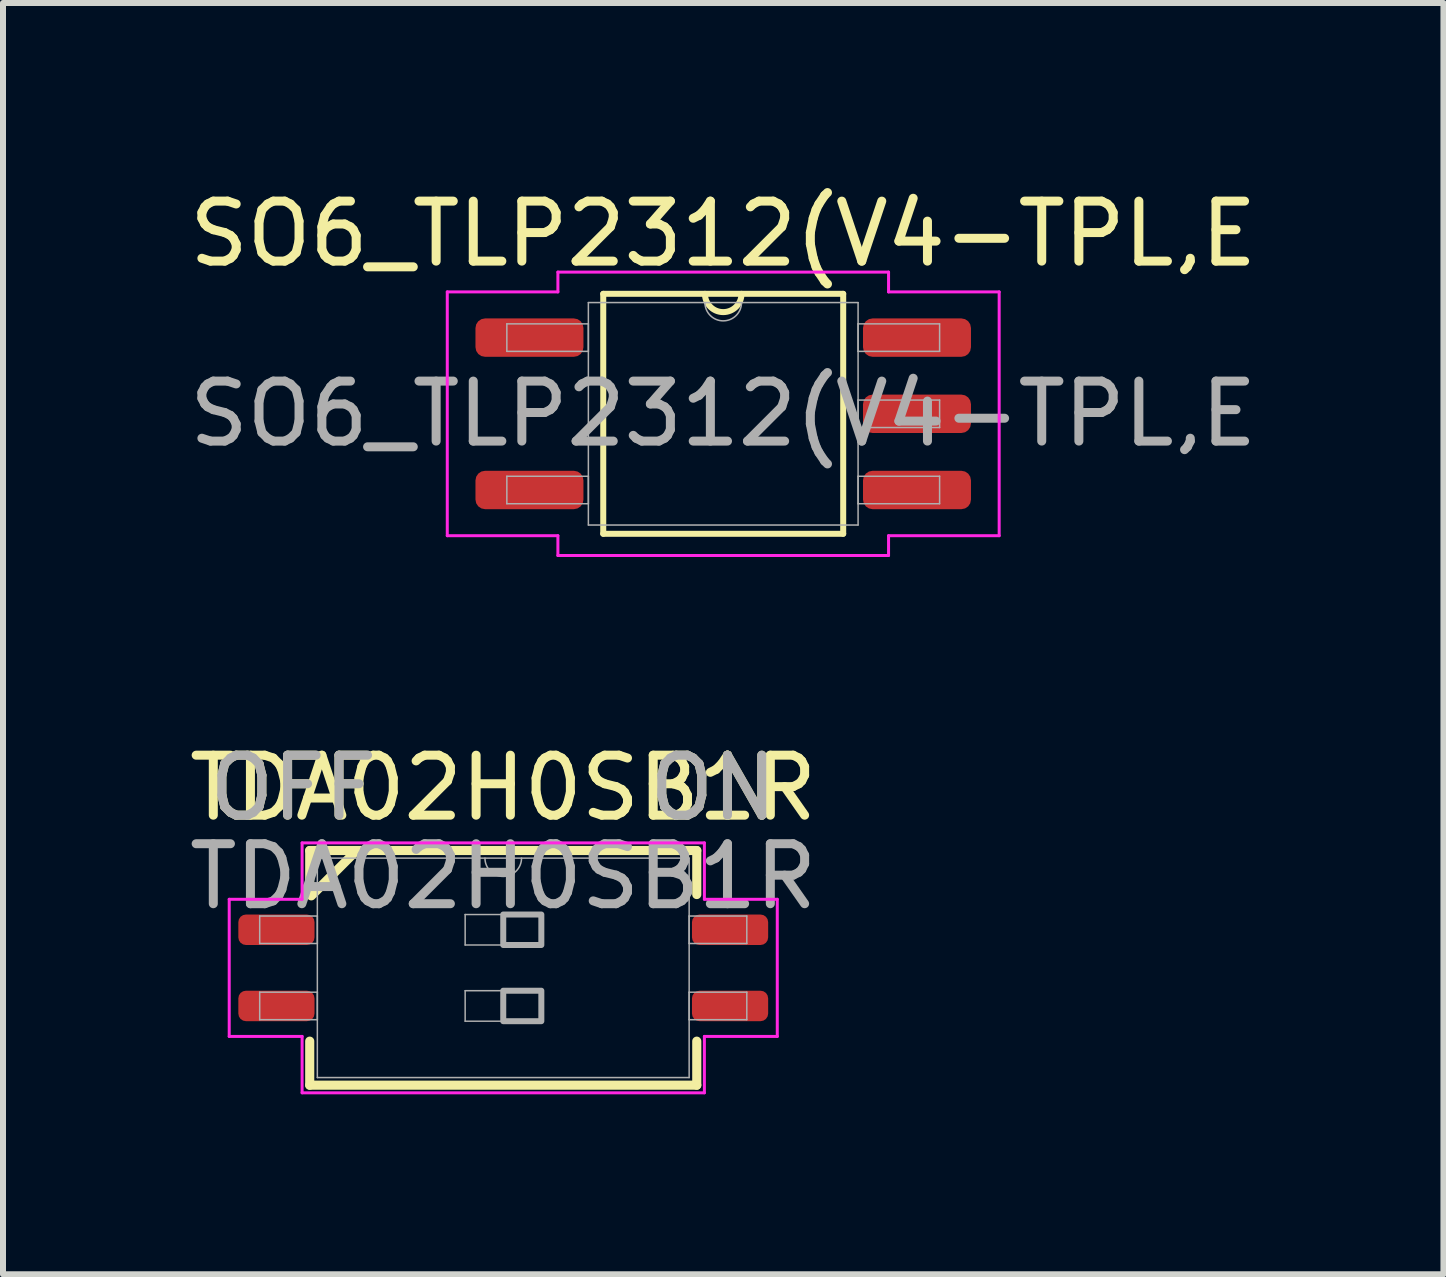
<source format=kicad_pcb>
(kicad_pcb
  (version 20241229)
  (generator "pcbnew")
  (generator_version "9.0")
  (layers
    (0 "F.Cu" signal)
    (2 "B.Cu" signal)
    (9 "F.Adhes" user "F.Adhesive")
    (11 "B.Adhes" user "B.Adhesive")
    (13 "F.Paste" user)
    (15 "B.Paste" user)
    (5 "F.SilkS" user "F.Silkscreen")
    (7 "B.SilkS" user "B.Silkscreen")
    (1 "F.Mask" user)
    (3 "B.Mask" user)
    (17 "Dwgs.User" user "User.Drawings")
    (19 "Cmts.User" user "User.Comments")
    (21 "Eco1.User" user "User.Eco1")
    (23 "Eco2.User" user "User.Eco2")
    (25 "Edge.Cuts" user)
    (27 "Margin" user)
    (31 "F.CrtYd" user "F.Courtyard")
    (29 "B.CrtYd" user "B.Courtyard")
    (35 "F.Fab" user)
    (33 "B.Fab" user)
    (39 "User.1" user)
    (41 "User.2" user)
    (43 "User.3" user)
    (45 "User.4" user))
  (footprint "SO6_TLP2312(V4-TPL,E"
    (layer "F.Cu")
    (at 9.006 3.848)
    (property "Reference" "SO6_TLP2312(V4-TPL,E" (at 0 -3 0) (unlocked yes) (layer "F.SilkS") (effects (font (size 1 1) (thickness 0.15))))
    (attr smd)
    (fp_line (start -2 -2) (end 2 -2) (stroke (width 0.1) (type default)) (layer "F.SilkS"))
    (fp_line (start -2 2) (end -2 -2) (stroke (width 0.1) (type default)) (layer "F.SilkS"))
    (fp_line (start 2 -2) (end 2 2) (stroke (width 0.1) (type default)) (layer "F.SilkS"))
    (fp_line (start 2 2) (end -2 2) (stroke (width 0.1) (type default)) (layer "F.SilkS"))
    (fp_arc (start 0.3048 -2) (mid 0 -1.6952) (end -0.3048 -2) (stroke (width 0.1) (type solid)) (layer "F.SilkS"))
    (fp_line (start -4.6 -2.032) (end -2.756 -2.032) (stroke (width 0.05) (type solid)) (layer "F.CrtYd"))
    (fp_line (start -4.6 2.032) (end -4.6 -2.032) (stroke (width 0.05) (type solid)) (layer "F.CrtYd"))
    (fp_line (start -4.6 2.032) (end -2.756 2.032) (stroke (width 0.05) (type solid)) (layer "F.CrtYd"))
    (fp_line (start -2.756 -2.362) (end 2.756 -2.362) (stroke (width 0.05) (type solid)) (layer "F.CrtYd"))
    (fp_line (start -2.756 -2.032) (end -2.756 -2.362) (stroke (width 0.05) (type solid)) (layer "F.CrtYd"))
    (fp_line (start -2.756 2.362) (end -2.756 2.032) (stroke (width 0.05) (type solid)) (layer "F.CrtYd"))
    (fp_line (start 2.756 -2.362) (end 2.756 -2.032) (stroke (width 0.05) (type solid)) (layer "F.CrtYd"))
    (fp_line (start 2.756 2.032) (end 2.756 2.362) (stroke (width 0.05) (type solid)) (layer "F.CrtYd"))
    (fp_line (start 2.756 2.362) (end -2.756 2.362) (stroke (width 0.05) (type solid)) (layer "F.CrtYd"))
    (fp_line (start 4.6 -2.032) (end 2.756 -2.032) (stroke (width 0.05) (type solid)) (layer "F.CrtYd"))
    (fp_line (start 4.6 -2.032) (end 4.6 2.032) (stroke (width 0.05) (type solid)) (layer "F.CrtYd"))
    (fp_line (start 4.6 2.032) (end 2.756 2.032) (stroke (width 0.05) (type solid)) (layer "F.CrtYd"))
    (fp_line (start -3.607 -1.499) (end -3.607 -1.041) (stroke (width 0.025) (type solid)) (layer "F.Fab"))
    (fp_line (start -3.607 -1.041) (end -2.248 -1.041) (stroke (width 0.025) (type solid)) (layer "F.Fab"))
    (fp_line (start -3.607 1.041) (end -3.607 1.499) (stroke (width 0.025) (type solid)) (layer "F.Fab"))
    (fp_line (start -3.607 1.499) (end -2.248 1.499) (stroke (width 0.025) (type solid)) (layer "F.Fab"))
    (fp_line (start -2.248 -1.854) (end -2.248 1.854) (stroke (width 0.025) (type solid)) (layer "F.Fab"))
    (fp_line (start -2.248 -1.499) (end -3.607 -1.499) (stroke (width 0.025) (type solid)) (layer "F.Fab"))
    (fp_line (start -2.248 -1.041) (end -2.248 -1.499) (stroke (width 0.025) (type solid)) (layer "F.Fab"))
    (fp_line (start -2.248 1.041) (end -3.607 1.041) (stroke (width 0.025) (type solid)) (layer "F.Fab"))
    (fp_line (start -2.248 1.499) (end -2.248 1.041) (stroke (width 0.025) (type solid)) (layer "F.Fab"))
    (fp_line (start -2.248 1.854) (end 2.248 1.854) (stroke (width 0.025) (type solid)) (layer "F.Fab"))
    (fp_line (start 2.248 -1.854) (end -2.248 -1.854) (stroke (width 0.025) (type solid)) (layer "F.Fab"))
    (fp_line (start 2.248 -1.499) (end 2.248 -1.041) (stroke (width 0.025) (type solid)) (layer "F.Fab"))
    (fp_line (start 2.248 -1.041) (end 3.607 -1.041) (stroke (width 0.025) (type solid)) (layer "F.Fab"))
    (fp_line (start 2.248 -0.229) (end 2.248 0.229) (stroke (width 0.025) (type solid)) (layer "F.Fab"))
    (fp_line (start 2.248 0.229) (end 3.607 0.229) (stroke (width 0.025) (type solid)) (layer "F.Fab"))
    (fp_line (start 2.248 1.041) (end 2.248 1.499) (stroke (width 0.025) (type solid)) (layer "F.Fab"))
    (fp_line (start 2.248 1.499) (end 3.607 1.499) (stroke (width 0.025) (type solid)) (layer "F.Fab"))
    (fp_line (start 2.248 1.854) (end 2.248 -1.854) (stroke (width 0.025) (type solid)) (layer "F.Fab"))
    (fp_line (start 3.607 -1.499) (end 2.248 -1.499) (stroke (width 0.025) (type solid)) (layer "F.Fab"))
    (fp_line (start 3.607 -1.041) (end 3.607 -1.499) (stroke (width 0.025) (type solid)) (layer "F.Fab"))
    (fp_line (start 3.607 -0.229) (end 2.248 -0.229) (stroke (width 0.025) (type solid)) (layer "F.Fab"))
    (fp_line (start 3.607 0.229) (end 3.607 -0.229) (stroke (width 0.025) (type solid)) (layer "F.Fab"))
    (fp_line (start 3.607 1.041) (end 2.248 1.041) (stroke (width 0.025) (type solid)) (layer "F.Fab"))
    (fp_line (start 3.607 1.499) (end 3.607 1.041) (stroke (width 0.025) (type solid)) (layer "F.Fab"))
    (fp_arc (start 0.3048 -1.8542) (mid 0 -1.5494) (end -0.3048 -1.8542) (stroke (width 0.0254) (type solid)) (layer "F.Fab"))
    (fp_text user "${REFERENCE}" (at 0 0 0) (unlocked yes) (layer "F.Fab") (effects (font (size 1 1) (thickness 0.15))))
    (pad "1" smd roundrect (at -3.23 -1.27) (size 1.8 0.64) (layers "F.Cu" "F.Mask" "F.Paste") (roundrect_rratio 0.25))
    (pad "3" smd roundrect (at -3.23 1.27) (size 1.8 0.64) (layers "F.Cu" "F.Mask" "F.Paste") (roundrect_rratio 0.25))
    (pad "4" smd roundrect (at 3.23 1.27) (size 1.8 0.64) (layers "F.Cu" "F.Mask" "F.Paste") (roundrect_rratio 0.25))
    (pad "5" smd roundrect (at 3.23 0) (size 1.8 0.64) (layers "F.Cu" "F.Mask" "F.Paste") (roundrect_rratio 0.25))
    (pad "6" smd roundrect (at 3.23 -1.27) (size 1.8 0.64) (layers "F.Cu" "F.Mask" "F.Paste") (roundrect_rratio 0.25)))
  (footprint "TDA02H0SB1R"
    (layer "F.Cu")
    (at 5.339 13.084)
    (property "Reference" "TDA02H0SB1R" (at 0 -3 0) (unlocked yes) (layer "F.SilkS") (effects (font (size 1 1) (thickness 0.15))))
    (attr smd)
    (fp_line (start -3.226 -1.956) (end -3.226 -1.222) (stroke (width 0.152) (type solid)) (layer "F.SilkS"))
    (fp_line (start -3.226 1.222) (end -3.226 1.956) (stroke (width 0.152) (type solid)) (layer "F.SilkS"))
    (fp_line (start -3.226 1.956) (end 3.226 1.956) (stroke (width 0.152) (type solid)) (layer "F.SilkS"))
    (fp_line (start -2.5 -1.9) (end -3.2 -1.2) (stroke (width 0.152) (type solid)) (layer "F.SilkS"))
    (fp_line (start 3.226 -1.956) (end -3.226 -1.956) (stroke (width 0.152) (type solid)) (layer "F.SilkS"))
    (fp_line (start 3.226 -1.222) (end 3.226 -1.956) (stroke (width 0.152) (type solid)) (layer "F.SilkS"))
    (fp_line (start 3.226 1.956) (end 3.226 1.222) (stroke (width 0.152) (type solid)) (layer "F.SilkS"))
    (fp_line (start -4.568 -1.143) (end -3.353 -1.143) (stroke (width 0.05) (type solid)) (layer "F.CrtYd"))
    (fp_line (start -4.568 1.143) (end -4.568 -1.143) (stroke (width 0.05) (type solid)) (layer "F.CrtYd"))
    (fp_line (start -3.353 -2.083) (end 3.353 -2.083) (stroke (width 0.05) (type solid)) (layer "F.CrtYd"))
    (fp_line (start -3.353 -1.143) (end -3.353 -2.083) (stroke (width 0.05) (type solid)) (layer "F.CrtYd"))
    (fp_line (start -3.353 1.143) (end -4.568 1.143) (stroke (width 0.05) (type solid)) (layer "F.CrtYd"))
    (fp_line (start -3.353 2.083) (end -3.353 1.143) (stroke (width 0.05) (type solid)) (layer "F.CrtYd"))
    (fp_line (start 3.353 -2.083) (end 3.353 -1.143) (stroke (width 0.05) (type solid)) (layer "F.CrtYd"))
    (fp_line (start 3.353 -1.143) (end 4.568 -1.143) (stroke (width 0.05) (type solid)) (layer "F.CrtYd"))
    (fp_line (start 3.353 1.143) (end 3.353 2.083) (stroke (width 0.05) (type solid)) (layer "F.CrtYd"))
    (fp_line (start 3.353 2.083) (end -3.353 2.083) (stroke (width 0.05) (type solid)) (layer "F.CrtYd"))
    (fp_line (start 4.568 -1.143) (end 4.568 1.143) (stroke (width 0.05) (type solid)) (layer "F.CrtYd"))
    (fp_line (start 4.568 1.143) (end 3.353 1.143) (stroke (width 0.05) (type solid)) (layer "F.CrtYd"))
    (fp_line (start -4.06 -0.864) (end -4.06 -0.406) (stroke (width 0.025) (type solid)) (layer "F.Fab"))
    (fp_line (start -4.06 -0.406) (end -3.099 -0.406) (stroke (width 0.025) (type solid)) (layer "F.Fab"))
    (fp_line (start -4.06 0.406) (end -4.06 0.864) (stroke (width 0.025) (type solid)) (layer "F.Fab"))
    (fp_line (start -4.06 0.864) (end -3.099 0.864) (stroke (width 0.025) (type solid)) (layer "F.Fab"))
    (fp_line (start -3.099 -1.829) (end -3.099 1.829) (stroke (width 0.025) (type solid)) (layer "F.Fab"))
    (fp_line (start -3.099 -0.864) (end -4.06 -0.864) (stroke (width 0.025) (type solid)) (layer "F.Fab"))
    (fp_line (start -3.099 -0.406) (end -3.099 -0.864) (stroke (width 0.025) (type solid)) (layer "F.Fab"))
    (fp_line (start -3.099 0.406) (end -4.06 0.406) (stroke (width 0.025) (type solid)) (layer "F.Fab"))
    (fp_line (start -3.099 0.864) (end -3.099 0.406) (stroke (width 0.025) (type solid)) (layer "F.Fab"))
    (fp_line (start -3.099 1.829) (end 3.099 1.829) (stroke (width 0.025) (type solid)) (layer "F.Fab"))
    (fp_line (start -0.635 -0.889) (end 0.635 -0.889) (stroke (width 0.025) (type solid)) (layer "F.Fab"))
    (fp_line (start -0.635 -0.381) (end -0.635 -0.889) (stroke (width 0.025) (type solid)) (layer "F.Fab"))
    (fp_line (start -0.635 0.381) (end 0.635 0.381) (stroke (width 0.025) (type solid)) (layer "F.Fab"))
    (fp_line (start -0.635 0.889) (end -0.635 0.381) (stroke (width 0.025) (type solid)) (layer "F.Fab"))
    (fp_line (start 0.635 -0.889) (end 0.635 -0.381) (stroke (width 0.025) (type solid)) (layer "F.Fab"))
    (fp_line (start 0.635 -0.381) (end -0.635 -0.381) (stroke (width 0.025) (type solid)) (layer "F.Fab"))
    (fp_line (start 0.635 0.381) (end 0.635 0.889) (stroke (width 0.025) (type solid)) (layer "F.Fab"))
    (fp_line (start 0.635 0.889) (end -0.635 0.889) (stroke (width 0.025) (type solid)) (layer "F.Fab"))
    (fp_line (start 3.099 -1.829) (end -3.099 -1.829) (stroke (width 0.025) (type solid)) (layer "F.Fab"))
    (fp_line (start 3.099 -0.864) (end 3.099 -0.406) (stroke (width 0.025) (type solid)) (layer "F.Fab"))
    (fp_line (start 3.099 -0.406) (end 4.06 -0.406) (stroke (width 0.025) (type solid)) (layer "F.Fab"))
    (fp_line (start 3.099 0.406) (end 3.099 0.864) (stroke (width 0.025) (type solid)) (layer "F.Fab"))
    (fp_line (start 3.099 0.864) (end 4.06 0.864) (stroke (width 0.025) (type solid)) (layer "F.Fab"))
    (fp_line (start 3.099 1.829) (end 3.099 -1.829) (stroke (width 0.025) (type solid)) (layer "F.Fab"))
    (fp_line (start 4.06 -0.864) (end 3.099 -0.864) (stroke (width 0.025) (type solid)) (layer "F.Fab"))
    (fp_line (start 4.06 -0.406) (end 4.06 -0.864) (stroke (width 0.025) (type solid)) (layer "F.Fab"))
    (fp_line (start 4.06 0.406) (end 3.099 0.406) (stroke (width 0.025) (type solid)) (layer "F.Fab"))
    (fp_line (start 4.06 0.864) (end 4.06 0.406) (stroke (width 0.025) (type solid)) (layer "F.Fab"))
    (fp_arc (start 0.3048 -1.8288) (mid 0 -1.524) (end -0.3048 -1.8288) (stroke (width 0.0254) (type solid)) (layer "F.Fab"))
    (fp_poly (pts (xy 0 -0.889) (xy 0.635 -0.889) (xy 0.635 -0.381) (xy 0 -0.381)) (stroke (width 0.1) (type solid)) (fill no) (layer "F.Fab"))
    (fp_poly (pts (xy 0 0.381) (xy 0.635 0.381) (xy 0.635 0.889) (xy 0 0.889)) (stroke (width 0.1) (type solid)) (fill no) (layer "F.Fab"))
    (fp_text user "OFF" (at -3.5 -3 0) (unlocked yes) (layer "F.SilkS") (effects (font (size 1 1) (thickness 0.15))))
    (fp_text user "ON" (at 3.5 -3 0) (unlocked yes) (layer "F.SilkS") (effects (font (size 1 1) (thickness 0.15))))
    (fp_text user "${REFERENCE}" (at 0 -1.524 0) (unlocked yes) (layer "F.Fab") (effects (font (size 1 1) (thickness 0.15))))
    (fp_text user "ON" (at 3.5 -3 0) (unlocked yes) (layer "F.Fab") (effects (font (size 1 1) (thickness 0.15))))
    (fp_text user "OFF" (at -3.5 -3 0) (unlocked yes) (layer "F.Fab") (effects (font (size 1 1) (thickness 0.15))))
    (pad "1" smd roundrect (at -3.781 -0.635) (size 1.27 0.508) (layers "F.Cu" "F.Mask" "F.Paste") (roundrect_rratio 0.25))
    (pad "2" smd roundrect (at -3.781 0.635) (size 1.27 0.508) (layers "F.Cu" "F.Mask" "F.Paste") (roundrect_rratio 0.25))
    (pad "3" smd roundrect (at 3.781 0.635) (size 1.27 0.508) (layers "F.Cu" "F.Mask" "F.Paste") (roundrect_rratio 0.25))
    (pad "4" smd roundrect (at 3.781 -0.635) (size 1.27 0.508) (layers "F.Cu" "F.Mask" "F.Paste") (roundrect_rratio 0.25)))
  (gr_rect
    (start -3 -3)
    (end 21.012 18.192)
    (stroke (width 0.1) (type default))
    (fill no)
    (layer "Edge.Cuts")))
</source>
